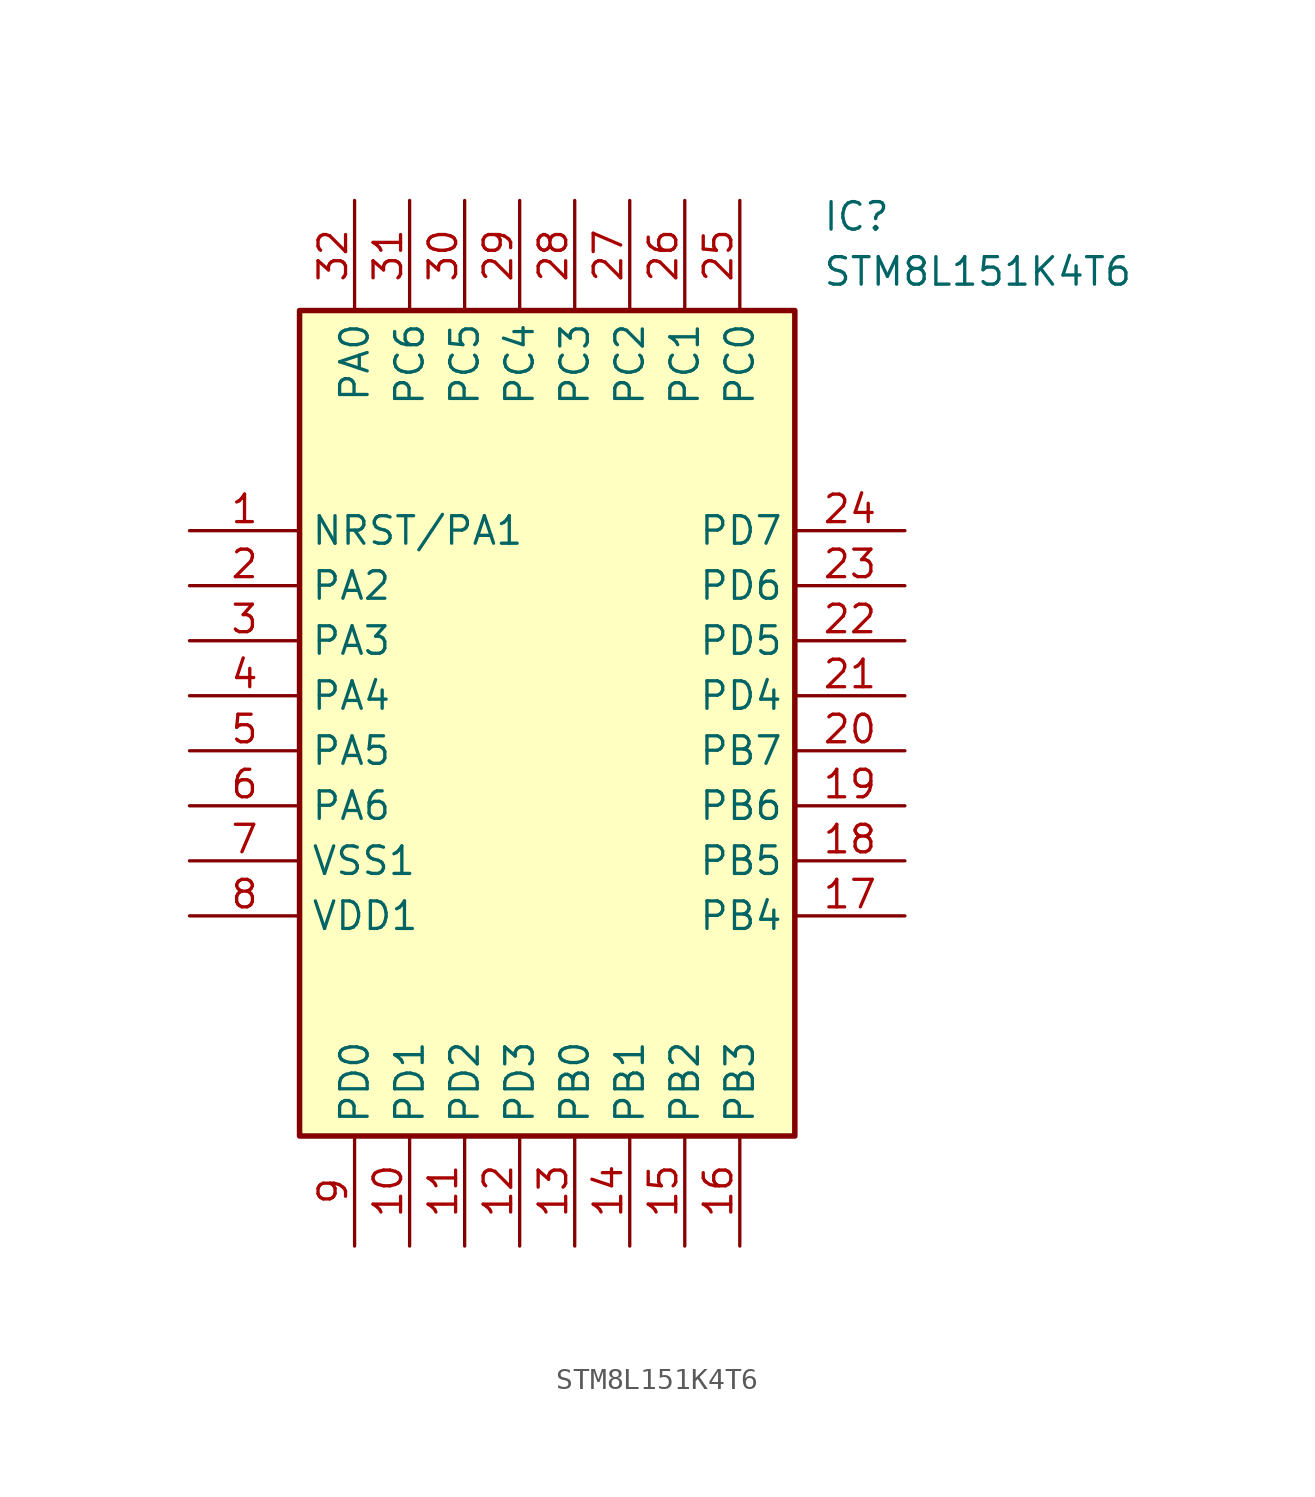
<source format=kicad_sym>
(kicad_symbol_lib
  (version 20241209)
  (generator "kicad_symbol_editor")
  (generator_version "9.0")
  (symbol "STM8L151K4T6"
    (property "Reference" "IC"
      (at 29.21 15.24 0)
      (effects (font (size 1.27 1.27)) (justify left top)))
    (property "Value" "STM8L151K4T6"
      (at 29.21 12.7 0)
      (effects (font (size 1.27 1.27)) (justify left top)))
    (symbol "STM8L151K4T6_1_1"
      (rectangle (start 5.08 10.16) (end 27.94 -27.94) (stroke (width 0.254) (type default)) (fill (type background)))
      (pin passive line (at 0 0 0) (length 5.08) (name "NRST/PA1" (effects (font (size 1.27 1.27)))) (number "1" (effects (font (size 1.27 1.27)))))
      (pin passive line (at 0 -2.54 0) (length 5.08) (name "PA2" (effects (font (size 1.27 1.27)))) (number "2" (effects (font (size 1.27 1.27)))))
      (pin passive line (at 0 -5.08 0) (length 5.08) (name "PA3" (effects (font (size 1.27 1.27)))) (number "3" (effects (font (size 1.27 1.27)))))
      (pin passive line (at 0 -7.62 0) (length 5.08) (name "PA4" (effects (font (size 1.27 1.27)))) (number "4" (effects (font (size 1.27 1.27)))))
      (pin passive line (at 0 -10.16 0) (length 5.08) (name "PA5" (effects (font (size 1.27 1.27)))) (number "5" (effects (font (size 1.27 1.27)))))
      (pin passive line (at 0 -12.7 0) (length 5.08) (name "PA6" (effects (font (size 1.27 1.27)))) (number "6" (effects (font (size 1.27 1.27)))))
      (pin passive line (at 0 -15.24 0) (length 5.08) (name "VSS1" (effects (font (size 1.27 1.27)))) (number "7" (effects (font (size 1.27 1.27)))))
      (pin passive line (at 0 -17.78 0) (length 5.08) (name "VDD1" (effects (font (size 1.27 1.27)))) (number "8" (effects (font (size 1.27 1.27)))))
      (pin passive line (at 7.62 15.24 270) (length 5.08) (name "PA0" (effects (font (size 1.27 1.27)))) (number "32" (effects (font (size 1.27 1.27)))))
      (pin passive line (at 7.62 -33.02 90) (length 5.08) (name "PD0" (effects (font (size 1.27 1.27)))) (number "9" (effects (font (size 1.27 1.27)))))
      (pin passive line (at 10.16 15.24 270) (length 5.08) (name "PC6" (effects (font (size 1.27 1.27)))) (number "31" (effects (font (size 1.27 1.27)))))
      (pin passive line (at 10.16 -33.02 90) (length 5.08) (name "PD1" (effects (font (size 1.27 1.27)))) (number "10" (effects (font (size 1.27 1.27)))))
      (pin passive line (at 12.7 15.24 270) (length 5.08) (name "PC5" (effects (font (size 1.27 1.27)))) (number "30" (effects (font (size 1.27 1.27)))))
      (pin passive line (at 12.7 -33.02 90) (length 5.08) (name "PD2" (effects (font (size 1.27 1.27)))) (number "11" (effects (font (size 1.27 1.27)))))
      (pin passive line (at 15.24 15.24 270) (length 5.08) (name "PC4" (effects (font (size 1.27 1.27)))) (number "29" (effects (font (size 1.27 1.27)))))
      (pin passive line (at 15.24 -33.02 90) (length 5.08) (name "PD3" (effects (font (size 1.27 1.27)))) (number "12" (effects (font (size 1.27 1.27)))))
      (pin passive line (at 17.78 15.24 270) (length 5.08) (name "PC3" (effects (font (size 1.27 1.27)))) (number "28" (effects (font (size 1.27 1.27)))))
      (pin passive line (at 17.78 -33.02 90) (length 5.08) (name "PB0" (effects (font (size 1.27 1.27)))) (number "13" (effects (font (size 1.27 1.27)))))
      (pin passive line (at 20.32 15.24 270) (length 5.08) (name "PC2" (effects (font (size 1.27 1.27)))) (number "27" (effects (font (size 1.27 1.27)))))
      (pin passive line (at 20.32 -33.02 90) (length 5.08) (name "PB1" (effects (font (size 1.27 1.27)))) (number "14" (effects (font (size 1.27 1.27)))))
      (pin passive line (at 22.86 15.24 270) (length 5.08) (name "PC1" (effects (font (size 1.27 1.27)))) (number "26" (effects (font (size 1.27 1.27)))))
      (pin passive line (at 22.86 -33.02 90) (length 5.08) (name "PB2" (effects (font (size 1.27 1.27)))) (number "15" (effects (font (size 1.27 1.27)))))
      (pin passive line (at 25.4 15.24 270) (length 5.08) (name "PC0" (effects (font (size 1.27 1.27)))) (number "25" (effects (font (size 1.27 1.27)))))
      (pin passive line (at 25.4 -33.02 90) (length 5.08) (name "PB3" (effects (font (size 1.27 1.27)))) (number "16" (effects (font (size 1.27 1.27)))))
      (pin passive line (at 33.02 0 180) (length 5.08) (name "PD7" (effects (font (size 1.27 1.27)))) (number "24" (effects (font (size 1.27 1.27)))))
      (pin passive line (at 33.02 -2.54 180) (length 5.08) (name "PD6" (effects (font (size 1.27 1.27)))) (number "23" (effects (font (size 1.27 1.27)))))
      (pin passive line (at 33.02 -5.08 180) (length 5.08) (name "PD5" (effects (font (size 1.27 1.27)))) (number "22" (effects (font (size 1.27 1.27)))))
      (pin passive line (at 33.02 -7.62 180) (length 5.08) (name "PD4" (effects (font (size 1.27 1.27)))) (number "21" (effects (font (size 1.27 1.27)))))
      (pin passive line (at 33.02 -10.16 180) (length 5.08) (name "PB7" (effects (font (size 1.27 1.27)))) (number "20" (effects (font (size 1.27 1.27)))))
      (pin passive line (at 33.02 -12.7 180) (length 5.08) (name "PB6" (effects (font (size 1.27 1.27)))) (number "19" (effects (font (size 1.27 1.27)))))
      (pin passive line (at 33.02 -15.24 180) (length 5.08) (name "PB5" (effects (font (size 1.27 1.27)))) (number "18" (effects (font (size 1.27 1.27)))))
      (pin passive line (at 33.02 -17.78 180) (length 5.08) (name "PB4" (effects (font (size 1.27 1.27)))) (number "17" (effects (font (size 1.27 1.27))))))))
</source>
